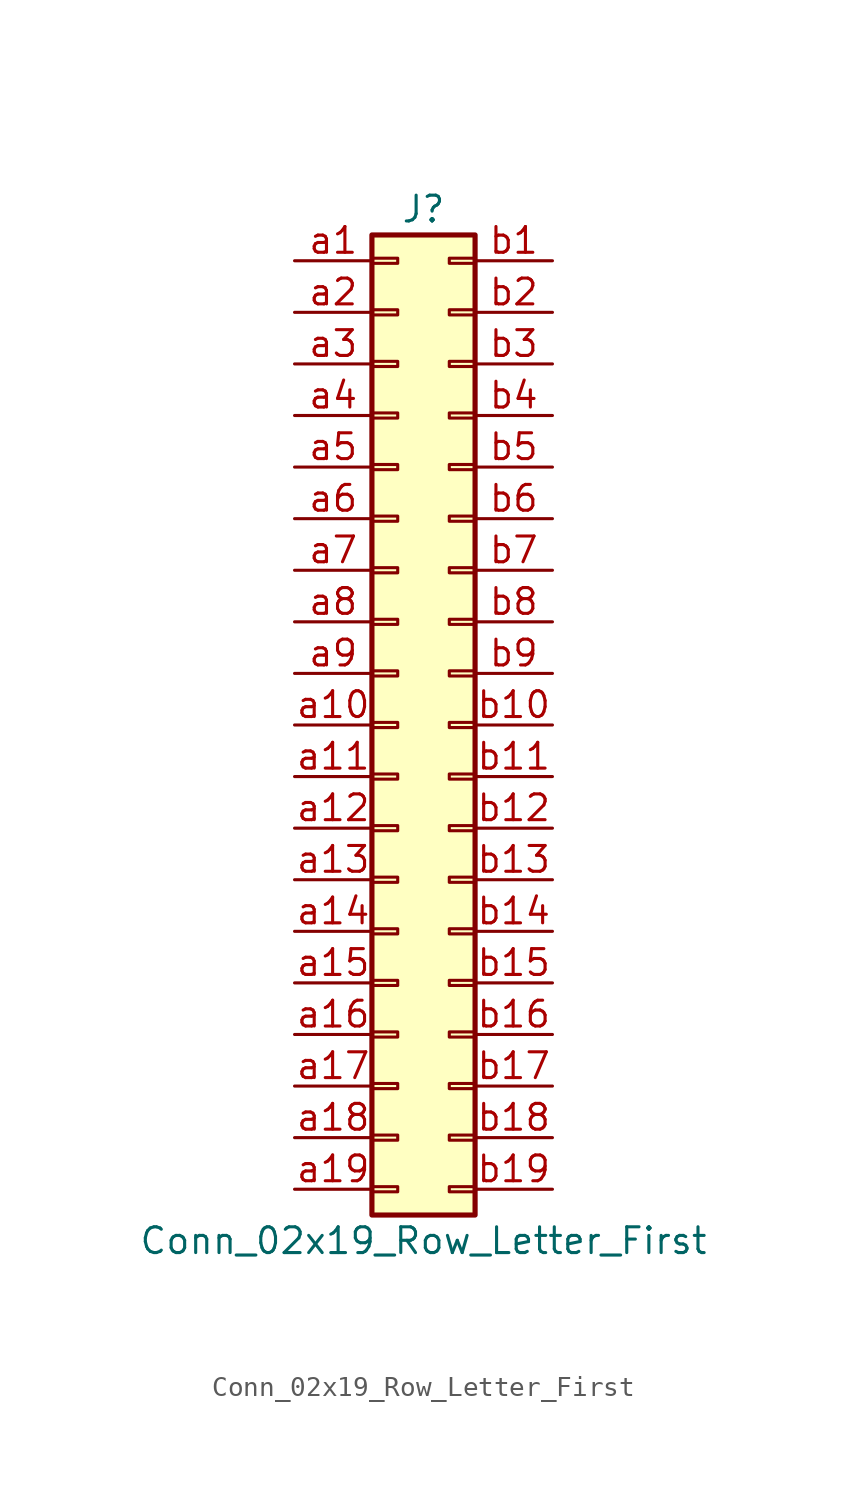
<source format=kicad_sym>
(kicad_symbol_lib
  (version 20220914)
  (generator kicad_symbol_editor)
  (symbol "Conn_02x19_Row_Letter_First"
    (pin_names
      (offset 1.016) hide)
    (property "Reference" "J"
      (at 1.27 25.4 0)
      (effects (font (size 1.27 1.27))))
    (property "Value" "Conn_02x19_Row_Letter_First"
      (at 1.27 -25.4 0)
      (effects (font (size 1.27 1.27))))
    (symbol "Conn_02x19_Row_Letter_First_1_1"
      (rectangle (start -1.27 -22.733) (end 0 -22.987) (stroke (width 0.152) (type solid)) (fill (type none)))
      (rectangle (start -1.27 -20.193) (end 0 -20.447) (stroke (width 0.152) (type solid)) (fill (type none)))
      (rectangle (start -1.27 -17.653) (end 0 -17.907) (stroke (width 0.152) (type solid)) (fill (type none)))
      (rectangle (start -1.27 -15.113) (end 0 -15.367) (stroke (width 0.152) (type solid)) (fill (type none)))
      (rectangle (start -1.27 -12.573) (end 0 -12.827) (stroke (width 0.152) (type solid)) (fill (type none)))
      (rectangle (start -1.27 -10.033) (end 0 -10.287) (stroke (width 0.152) (type solid)) (fill (type none)))
      (rectangle (start -1.27 -7.493) (end 0 -7.747) (stroke (width 0.152) (type solid)) (fill (type none)))
      (rectangle (start -1.27 -4.953) (end 0 -5.207) (stroke (width 0.152) (type solid)) (fill (type none)))
      (rectangle (start -1.27 -2.413) (end 0 -2.667) (stroke (width 0.152) (type solid)) (fill (type none)))
      (rectangle (start -1.27 0.127) (end 0 -0.127) (stroke (width 0.152) (type solid)) (fill (type none)))
      (rectangle (start -1.27 2.667) (end 0 2.413) (stroke (width 0.152) (type solid)) (fill (type none)))
      (rectangle (start -1.27 5.207) (end 0 4.953) (stroke (width 0.152) (type solid)) (fill (type none)))
      (rectangle (start -1.27 7.747) (end 0 7.493) (stroke (width 0.152) (type solid)) (fill (type none)))
      (rectangle (start -1.27 10.287) (end 0 10.033) (stroke (width 0.152) (type solid)) (fill (type none)))
      (rectangle (start -1.27 12.827) (end 0 12.573) (stroke (width 0.152) (type solid)) (fill (type none)))
      (rectangle (start -1.27 15.367) (end 0 15.113) (stroke (width 0.152) (type solid)) (fill (type none)))
      (rectangle (start -1.27 17.907) (end 0 17.653) (stroke (width 0.152) (type solid)) (fill (type none)))
      (rectangle (start -1.27 20.447) (end 0 20.193) (stroke (width 0.152) (type solid)) (fill (type none)))
      (rectangle (start -1.27 22.987) (end 0 22.733) (stroke (width 0.152) (type solid)) (fill (type none)))
      (rectangle (start -1.27 24.13) (end 3.81 -24.13) (stroke (width 0.254) (type solid)) (fill (type background)))
      (rectangle (start 3.81 -22.733) (end 2.54 -22.987) (stroke (width 0.152) (type solid)) (fill (type none)))
      (rectangle (start 3.81 -20.193) (end 2.54 -20.447) (stroke (width 0.152) (type solid)) (fill (type none)))
      (rectangle (start 3.81 -17.653) (end 2.54 -17.907) (stroke (width 0.152) (type solid)) (fill (type none)))
      (rectangle (start 3.81 -15.113) (end 2.54 -15.367) (stroke (width 0.152) (type solid)) (fill (type none)))
      (rectangle (start 3.81 -12.573) (end 2.54 -12.827) (stroke (width 0.152) (type solid)) (fill (type none)))
      (rectangle (start 3.81 -10.033) (end 2.54 -10.287) (stroke (width 0.152) (type solid)) (fill (type none)))
      (rectangle (start 3.81 -7.493) (end 2.54 -7.747) (stroke (width 0.152) (type solid)) (fill (type none)))
      (rectangle (start 3.81 -4.953) (end 2.54 -5.207) (stroke (width 0.152) (type solid)) (fill (type none)))
      (rectangle (start 3.81 -2.413) (end 2.54 -2.667) (stroke (width 0.152) (type solid)) (fill (type none)))
      (rectangle (start 3.81 0.127) (end 2.54 -0.127) (stroke (width 0.152) (type solid)) (fill (type none)))
      (rectangle (start 3.81 2.667) (end 2.54 2.413) (stroke (width 0.152) (type solid)) (fill (type none)))
      (rectangle (start 3.81 5.207) (end 2.54 4.953) (stroke (width 0.152) (type solid)) (fill (type none)))
      (rectangle (start 3.81 7.747) (end 2.54 7.493) (stroke (width 0.152) (type solid)) (fill (type none)))
      (rectangle (start 3.81 10.287) (end 2.54 10.033) (stroke (width 0.152) (type solid)) (fill (type none)))
      (rectangle (start 3.81 12.827) (end 2.54 12.573) (stroke (width 0.152) (type solid)) (fill (type none)))
      (rectangle (start 3.81 15.367) (end 2.54 15.113) (stroke (width 0.152) (type solid)) (fill (type none)))
      (rectangle (start 3.81 17.907) (end 2.54 17.653) (stroke (width 0.152) (type solid)) (fill (type none)))
      (rectangle (start 3.81 20.447) (end 2.54 20.193) (stroke (width 0.152) (type solid)) (fill (type none)))
      (rectangle (start 3.81 22.987) (end 2.54 22.733) (stroke (width 0.152) (type solid)) (fill (type none)))
      (pin passive line (at -5.08 22.86 0) (length 3.81) (name "Pin_a1" (effects (font (size 1.27 1.27)))) (number "a1" (effects (font (size 1.27 1.27)))))
      (pin passive line (at -5.08 0 0) (length 3.81) (name "Pin_a10" (effects (font (size 1.27 1.27)))) (number "a10" (effects (font (size 1.27 1.27)))))
      (pin passive line (at -5.08 -2.54 0) (length 3.81) (name "Pin_a11" (effects (font (size 1.27 1.27)))) (number "a11" (effects (font (size 1.27 1.27)))))
      (pin passive line (at -5.08 -5.08 0) (length 3.81) (name "Pin_a12" (effects (font (size 1.27 1.27)))) (number "a12" (effects (font (size 1.27 1.27)))))
      (pin passive line (at -5.08 -7.62 0) (length 3.81) (name "Pin_a13" (effects (font (size 1.27 1.27)))) (number "a13" (effects (font (size 1.27 1.27)))))
      (pin passive line (at -5.08 -10.16 0) (length 3.81) (name "Pin_a14" (effects (font (size 1.27 1.27)))) (number "a14" (effects (font (size 1.27 1.27)))))
      (pin passive line (at -5.08 -12.7 0) (length 3.81) (name "Pin_a15" (effects (font (size 1.27 1.27)))) (number "a15" (effects (font (size 1.27 1.27)))))
      (pin passive line (at -5.08 -15.24 0) (length 3.81) (name "Pin_a16" (effects (font (size 1.27 1.27)))) (number "a16" (effects (font (size 1.27 1.27)))))
      (pin passive line (at -5.08 -17.78 0) (length 3.81) (name "Pin_a17" (effects (font (size 1.27 1.27)))) (number "a17" (effects (font (size 1.27 1.27)))))
      (pin passive line (at -5.08 -20.32 0) (length 3.81) (name "Pin_a18" (effects (font (size 1.27 1.27)))) (number "a18" (effects (font (size 1.27 1.27)))))
      (pin passive line (at -5.08 -22.86 0) (length 3.81) (name "Pin_a19" (effects (font (size 1.27 1.27)))) (number "a19" (effects (font (size 1.27 1.27)))))
      (pin passive line (at -5.08 20.32 0) (length 3.81) (name "Pin_a2" (effects (font (size 1.27 1.27)))) (number "a2" (effects (font (size 1.27 1.27)))))
      (pin passive line (at -5.08 17.78 0) (length 3.81) (name "Pin_a3" (effects (font (size 1.27 1.27)))) (number "a3" (effects (font (size 1.27 1.27)))))
      (pin passive line (at -5.08 15.24 0) (length 3.81) (name "Pin_a4" (effects (font (size 1.27 1.27)))) (number "a4" (effects (font (size 1.27 1.27)))))
      (pin passive line (at -5.08 12.7 0) (length 3.81) (name "Pin_a5" (effects (font (size 1.27 1.27)))) (number "a5" (effects (font (size 1.27 1.27)))))
      (pin passive line (at -5.08 10.16 0) (length 3.81) (name "Pin_a6" (effects (font (size 1.27 1.27)))) (number "a6" (effects (font (size 1.27 1.27)))))
      (pin passive line (at -5.08 7.62 0) (length 3.81) (name "Pin_a7" (effects (font (size 1.27 1.27)))) (number "a7" (effects (font (size 1.27 1.27)))))
      (pin passive line (at -5.08 5.08 0) (length 3.81) (name "Pin_a8" (effects (font (size 1.27 1.27)))) (number "a8" (effects (font (size 1.27 1.27)))))
      (pin passive line (at -5.08 2.54 0) (length 3.81) (name "Pin_a9" (effects (font (size 1.27 1.27)))) (number "a9" (effects (font (size 1.27 1.27)))))
      (pin passive line (at 7.62 22.86 180) (length 3.81) (name "Pin_b1" (effects (font (size 1.27 1.27)))) (number "b1" (effects (font (size 1.27 1.27)))))
      (pin passive line (at 7.62 0 180) (length 3.81) (name "Pin_b10" (effects (font (size 1.27 1.27)))) (number "b10" (effects (font (size 1.27 1.27)))))
      (pin passive line (at 7.62 -2.54 180) (length 3.81) (name "Pin_b11" (effects (font (size 1.27 1.27)))) (number "b11" (effects (font (size 1.27 1.27)))))
      (pin passive line (at 7.62 -5.08 180) (length 3.81) (name "Pin_b12" (effects (font (size 1.27 1.27)))) (number "b12" (effects (font (size 1.27 1.27)))))
      (pin passive line (at 7.62 -7.62 180) (length 3.81) (name "Pin_b13" (effects (font (size 1.27 1.27)))) (number "b13" (effects (font (size 1.27 1.27)))))
      (pin passive line (at 7.62 -10.16 180) (length 3.81) (name "Pin_b14" (effects (font (size 1.27 1.27)))) (number "b14" (effects (font (size 1.27 1.27)))))
      (pin passive line (at 7.62 -12.7 180) (length 3.81) (name "Pin_b15" (effects (font (size 1.27 1.27)))) (number "b15" (effects (font (size 1.27 1.27)))))
      (pin passive line (at 7.62 -15.24 180) (length 3.81) (name "Pin_b16" (effects (font (size 1.27 1.27)))) (number "b16" (effects (font (size 1.27 1.27)))))
      (pin passive line (at 7.62 -17.78 180) (length 3.81) (name "Pin_b17" (effects (font (size 1.27 1.27)))) (number "b17" (effects (font (size 1.27 1.27)))))
      (pin passive line (at 7.62 -20.32 180) (length 3.81) (name "Pin_b18" (effects (font (size 1.27 1.27)))) (number "b18" (effects (font (size 1.27 1.27)))))
      (pin passive line (at 7.62 -22.86 180) (length 3.81) (name "Pin_b19" (effects (font (size 1.27 1.27)))) (number "b19" (effects (font (size 1.27 1.27)))))
      (pin passive line (at 7.62 20.32 180) (length 3.81) (name "Pin_b2" (effects (font (size 1.27 1.27)))) (number "b2" (effects (font (size 1.27 1.27)))))
      (pin passive line (at 7.62 17.78 180) (length 3.81) (name "Pin_b3" (effects (font (size 1.27 1.27)))) (number "b3" (effects (font (size 1.27 1.27)))))
      (pin passive line (at 7.62 15.24 180) (length 3.81) (name "Pin_b4" (effects (font (size 1.27 1.27)))) (number "b4" (effects (font (size 1.27 1.27)))))
      (pin passive line (at 7.62 12.7 180) (length 3.81) (name "Pin_b5" (effects (font (size 1.27 1.27)))) (number "b5" (effects (font (size 1.27 1.27)))))
      (pin passive line (at 7.62 10.16 180) (length 3.81) (name "Pin_b6" (effects (font (size 1.27 1.27)))) (number "b6" (effects (font (size 1.27 1.27)))))
      (pin passive line (at 7.62 7.62 180) (length 3.81) (name "Pin_b7" (effects (font (size 1.27 1.27)))) (number "b7" (effects (font (size 1.27 1.27)))))
      (pin passive line (at 7.62 5.08 180) (length 3.81) (name "Pin_b8" (effects (font (size 1.27 1.27)))) (number "b8" (effects (font (size 1.27 1.27)))))
      (pin passive line (at 7.62 2.54 180) (length 3.81) (name "Pin_b9" (effects (font (size 1.27 1.27)))) (number "b9" (effects (font (size 1.27 1.27))))))))
</source>
